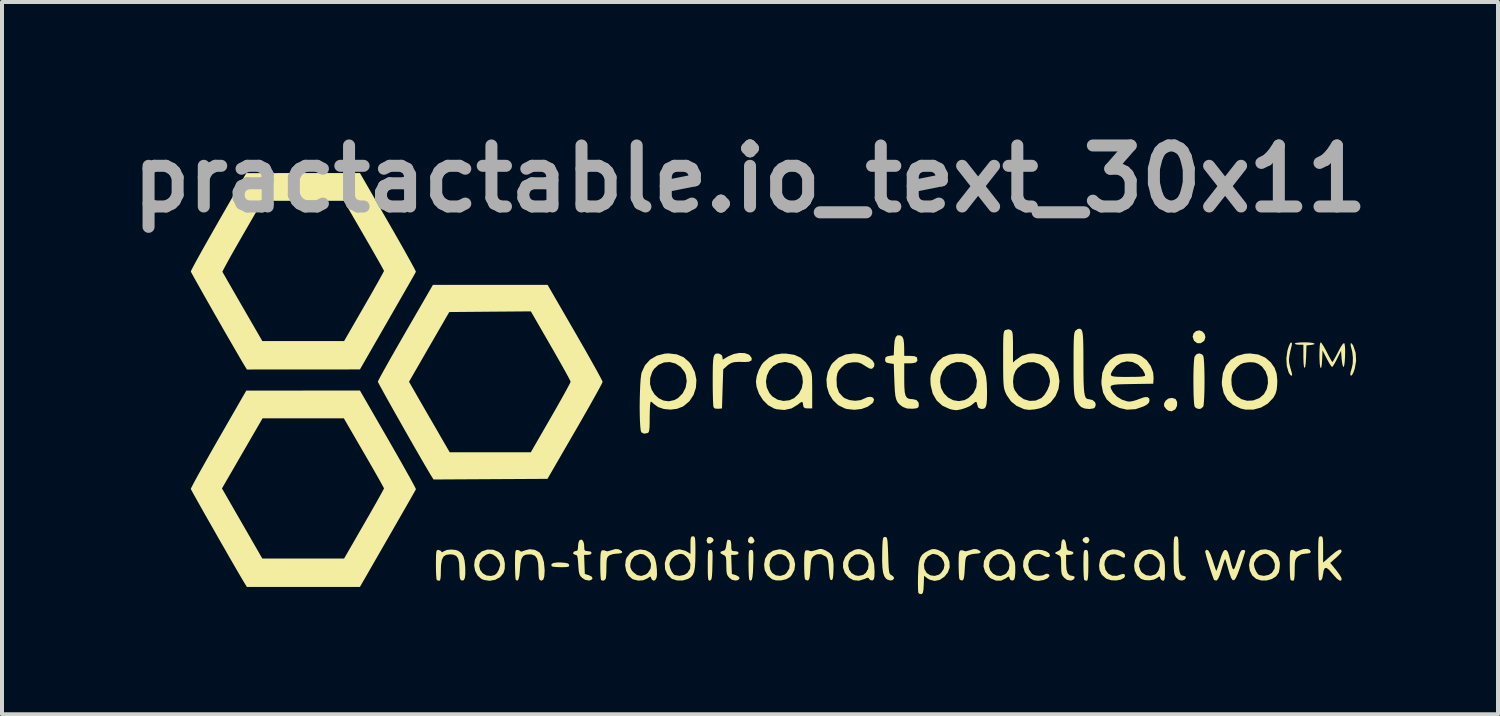
<source format=kicad_pcb>
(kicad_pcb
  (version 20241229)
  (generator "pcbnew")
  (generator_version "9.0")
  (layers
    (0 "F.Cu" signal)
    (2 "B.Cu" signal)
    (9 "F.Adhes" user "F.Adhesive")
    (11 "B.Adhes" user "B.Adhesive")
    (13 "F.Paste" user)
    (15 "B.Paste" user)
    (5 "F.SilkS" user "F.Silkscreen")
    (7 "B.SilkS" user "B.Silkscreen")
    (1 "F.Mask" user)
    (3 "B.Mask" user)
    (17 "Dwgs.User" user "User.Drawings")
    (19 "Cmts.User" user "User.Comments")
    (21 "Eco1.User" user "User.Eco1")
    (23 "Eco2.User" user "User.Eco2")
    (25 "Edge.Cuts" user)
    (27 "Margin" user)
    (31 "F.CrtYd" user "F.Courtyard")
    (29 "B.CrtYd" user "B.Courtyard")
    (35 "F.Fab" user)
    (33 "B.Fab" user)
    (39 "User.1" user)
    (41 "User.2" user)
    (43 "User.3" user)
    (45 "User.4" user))
  (footprint "practactable.io_text_30x11"
    (layer "F.Cu")
    (at 16.14 6.549)
    (property "Reference" "practactable.io_text_30x11" (at -0.457 -5.131 0) (layer "F.Fab") (effects (font (size 1.524 1.524) (thickness 0.3))))
    (attr board_only exclude_from_pos_files exclude_from_bom)
    (fp_poly (pts (xy -1.429 3.817) (xy -1.394 3.84) (xy -1.364 3.885) (xy -1.386 3.932) (xy -1.388 3.933) (xy -1.449 3.977) (xy -1.51 3.971) (xy -1.523 3.961) (xy -1.543 3.903) (xy -1.525 3.841) (xy -1.491 3.814)) (stroke (width 0) (type solid)) (fill yes) (layer "F.SilkS"))
    (fp_poly (pts (xy -0.4 3.816) (xy -0.382 3.833) (xy -0.349 3.892) (xy -0.35 3.933) (xy -0.392 3.974) (xy -0.452 3.976) (xy -0.501 3.942) (xy -0.507 3.93) (xy -0.503 3.867) (xy -0.48 3.83) (xy -0.438 3.799)) (stroke (width 0) (type solid)) (fill yes) (layer "F.SilkS"))
    (fp_poly (pts (xy 7.991 3.825) (xy 8.019 3.877) (xy 8.018 3.9) (xy 7.987 3.959) (xy 7.931 3.973) (xy 7.871 3.936) (xy 7.87 3.935) (xy 7.845 3.887) (xy 7.872 3.843) (xy 7.875 3.84) (xy 7.936 3.809)) (stroke (width 0) (type solid)) (fill yes) (layer "F.SilkS"))
    (fp_poly (pts (xy 10.844 -1.318) (xy 10.897 -1.257) (xy 10.917 -1.179) (xy 10.893 -1.099) (xy 10.878 -1.079) (xy 10.797 -1.026) (xy 10.711 -1.028) (xy 10.637 -1.085) (xy 10.63 -1.094) (xy 10.598 -1.189) (xy 10.622 -1.275) (xy 10.684 -1.33) (xy 10.769 -1.348)) (stroke (width 0) (type solid)) (fill yes) (layer "F.SilkS"))
    (fp_poly (pts (xy 10.161 0.362) (xy 10.179 0.377) (xy 10.211 0.447) (xy 10.208 0.537) (xy 10.171 0.616) (xy 10.159 0.628) (xy 10.075 0.674) (xy 9.992 0.659) (xy 9.938 0.617) (xy 9.885 0.546) (xy 9.886 0.477) (xy 9.924 0.408) (xy 9.992 0.356) (xy 10.08 0.339)) (stroke (width 0) (type solid)) (fill yes) (layer "F.SilkS"))
    (fp_poly (pts (xy -5.182 4.45) (xy -5.071 4.459) (xy -5.007 4.474) (xy -4.979 4.5) (xy -4.975 4.514) (xy -4.976 4.542) (xy -5.003 4.558) (xy -5.068 4.566) (xy -5.181 4.568) (xy -5.29 4.564) (xy -5.373 4.556) (xy -5.412 4.544) (xy -5.413 4.543) (xy -5.419 4.494) (xy -5.368 4.462) (xy -5.263 4.449)) (stroke (width 0) (type solid)) (fill yes) (layer "F.SilkS"))
    (fp_poly (pts (xy 14.6 -0.981) (xy 14.61 -0.963) (xy 14.67 -0.785) (xy 14.681 -0.585) (xy 14.647 -0.391) (xy 14.613 -0.294) (xy 14.579 -0.232) (xy 14.552 -0.212) (xy 14.537 -0.24) (xy 14.536 -0.26) (xy 14.547 -0.32) (xy 14.569 -0.391) (xy 14.596 -0.512) (xy 14.601 -0.662) (xy 14.585 -0.809) (xy 14.568 -0.878) (xy 14.545 -0.969) (xy 14.545 -1.021) (xy 14.564 -1.027)) (stroke (width 0) (type solid)) (fill yes) (layer "F.SilkS"))
    (fp_poly (pts (xy -0.405 4.139) (xy -0.388 4.155) (xy -0.378 4.194) (xy -0.374 4.267) (xy -0.374 4.383) (xy -0.377 4.511) (xy -0.384 4.69) (xy -0.396 4.813) (xy -0.414 4.883) (xy -0.439 4.906) (xy -0.473 4.887) (xy -0.473 4.887) (xy -0.481 4.85) (xy -0.488 4.763) (xy -0.492 4.641) (xy -0.494 4.501) (xy -0.493 4.346) (xy -0.49 4.242) (xy -0.483 4.18) (xy -0.47 4.148) (xy -0.449 4.137) (xy -0.431 4.136)) (stroke (width 0) (type solid)) (fill yes) (layer "F.SilkS"))
    (fp_poly (pts (xy 13.079 -1.024) (xy 13.075 -0.98) (xy 13.036 -0.82) (xy 13.013 -0.703) (xy 13.004 -0.615) (xy 13.009 -0.539) (xy 13.026 -0.46) (xy 13.036 -0.424) (xy 13.067 -0.315) (xy 13.082 -0.253) (xy 13.081 -0.224) (xy 13.068 -0.216) (xy 13.06 -0.216) (xy 13.03 -0.241) (xy 12.995 -0.301) (xy 12.95 -0.458) (xy 12.939 -0.643) (xy 12.964 -0.831) (xy 12.975 -0.874) (xy 13.007 -0.968) (xy 13.039 -1.031) (xy 13.059 -1.049)) (stroke (width 0) (type solid)) (fill yes) (layer "F.SilkS"))
    (fp_poly (pts (xy 7.957 4.139) (xy 7.975 4.156) (xy 7.985 4.197) (xy 7.991 4.272) (xy 7.993 4.391) (xy 7.993 4.521) (xy 7.992 4.689) (xy 7.987 4.803) (xy 7.978 4.871) (xy 7.963 4.903) (xy 7.952 4.907) (xy 7.9 4.893) (xy 7.891 4.887) (xy 7.883 4.849) (xy 7.876 4.763) (xy 7.872 4.641) (xy 7.87 4.501) (xy 7.871 4.346) (xy 7.874 4.242) (xy 7.881 4.18) (xy 7.894 4.148) (xy 7.915 4.137) (xy 7.932 4.136)) (stroke (width 0) (type solid)) (fill yes) (layer "F.SilkS"))
    (fp_poly (pts (xy -1.423 4.139) (xy -1.406 4.155) (xy -1.396 4.194) (xy -1.392 4.266) (xy -1.393 4.382) (xy -1.396 4.513) (xy -1.4 4.673) (xy -1.407 4.782) (xy -1.416 4.849) (xy -1.431 4.885) (xy -1.452 4.9) (xy -1.458 4.901) (xy -1.481 4.901) (xy -1.496 4.882) (xy -1.505 4.836) (xy -1.51 4.752) (xy -1.512 4.622) (xy -1.512 4.524) (xy -1.512 4.363) (xy -1.509 4.254) (xy -1.503 4.187) (xy -1.491 4.152) (xy -1.472 4.138) (xy -1.45 4.136)) (stroke (width 0) (type solid)) (fill yes) (layer "F.SilkS"))
    (fp_poly (pts (xy 13.512 -1.045) (xy 13.597 -1.034) (xy 13.641 -1.018) (xy 13.639 -1.002) (xy 13.584 -0.987) (xy 13.541 -0.982) (xy 13.441 -0.972) (xy 13.432 -0.687) (xy 13.423 -0.532) (xy 13.41 -0.439) (xy 13.394 -0.407) (xy 13.38 -0.435) (xy 13.369 -0.523) (xy 13.364 -0.67) (xy 13.364 -0.694) (xy 13.364 -0.988) (xy 13.256 -0.988) (xy 13.184 -0.995) (xy 13.148 -1.014) (xy 13.148 -1.018) (xy 13.176 -1.034) (xy 13.255 -1.044) (xy 13.372 -1.049) (xy 13.394 -1.049)) (stroke (width 0) (type solid)) (fill yes) (layer "F.SilkS"))
    (fp_poly (pts (xy 10.834 -0.747) (xy 10.863 -0.712) (xy 10.874 -0.66) (xy 10.883 -0.555) (xy 10.89 -0.407) (xy 10.894 -0.223) (xy 10.895 -0.077) (xy 10.893 0.126) (xy 10.888 0.301) (xy 10.88 0.437) (xy 10.871 0.527) (xy 10.863 0.558) (xy 10.807 0.606) (xy 10.756 0.617) (xy 10.683 0.594) (xy 10.649 0.558) (xy 10.637 0.505) (xy 10.629 0.404) (xy 10.622 0.266) (xy 10.619 0.103) (xy 10.617 -0.072) (xy 10.618 -0.247) (xy 10.622 -0.41) (xy 10.629 -0.547) (xy 10.638 -0.647) (xy 10.647 -0.692) (xy 10.696 -0.754) (xy 10.766 -0.773)) (stroke (width 0) (type solid)) (fill yes) (layer "F.SilkS"))
    (fp_poly (pts (xy 2.94 3.815) (xy 2.958 3.831) (xy 2.97 3.87) (xy 2.979 3.94) (xy 2.985 4.05) (xy 2.992 4.21) (xy 2.994 4.274) (xy 3 4.453) (xy 3.006 4.579) (xy 3.015 4.663) (xy 3.026 4.715) (xy 3.043 4.745) (xy 3.067 4.762) (xy 3.079 4.768) (xy 3.13 4.808) (xy 3.141 4.845) (xy 3.107 4.889) (xy 3.043 4.899) (xy 2.97 4.876) (xy 2.936 4.85) (xy 2.896 4.791) (xy 2.867 4.705) (xy 2.85 4.582) (xy 2.843 4.415) (xy 2.845 4.195) (xy 2.845 4.166) (xy 2.85 4.014) (xy 2.856 3.913) (xy 2.866 3.852) (xy 2.88 3.822) (xy 2.903 3.812) (xy 2.917 3.812)) (stroke (width 0) (type solid)) (fill yes) (layer "F.SilkS"))
    (fp_poly (pts (xy 8.733 4.135) (xy 8.843 4.18) (xy 8.904 4.238) (xy 8.909 4.303) (xy 8.908 4.305) (xy 8.889 4.33) (xy 8.851 4.324) (xy 8.781 4.286) (xy 8.66 4.243) (xy 8.549 4.254) (xy 8.46 4.314) (xy 8.406 4.414) (xy 8.395 4.502) (xy 8.42 4.632) (xy 8.488 4.727) (xy 8.587 4.78) (xy 8.705 4.784) (xy 8.801 4.75) (xy 8.868 4.733) (xy 8.907 4.756) (xy 8.905 4.803) (xy 8.882 4.835) (xy 8.8 4.879) (xy 8.686 4.899) (xy 8.563 4.893) (xy 8.455 4.86) (xy 8.435 4.849) (xy 8.329 4.757) (xy 8.273 4.64) (xy 8.261 4.522) (xy 8.287 4.367) (xy 8.357 4.244) (xy 8.463 4.16) (xy 8.595 4.122)) (stroke (width 0) (type solid)) (fill yes) (layer "F.SilkS"))
    (fp_poly (pts (xy 10.209 3.799) (xy 10.226 3.815) (xy 10.237 3.853) (xy 10.243 3.923) (xy 10.246 4.034) (xy 10.246 4.195) (xy 10.246 4.23) (xy 10.249 4.432) (xy 10.257 4.58) (xy 10.272 4.682) (xy 10.296 4.745) (xy 10.331 4.776) (xy 10.373 4.784) (xy 10.421 4.8) (xy 10.427 4.837) (xy 10.398 4.877) (xy 10.338 4.901) (xy 10.335 4.901) (xy 10.255 4.888) (xy 10.188 4.828) (xy 10.163 4.791) (xy 10.145 4.749) (xy 10.134 4.69) (xy 10.127 4.604) (xy 10.124 4.479) (xy 10.123 4.305) (xy 10.123 4.27) (xy 10.123 4.09) (xy 10.125 3.962) (xy 10.13 3.878) (xy 10.139 3.828) (xy 10.152 3.804) (xy 10.172 3.797) (xy 10.185 3.796)) (stroke (width 0) (type solid)) (fill yes) (layer "F.SilkS"))
    (fp_poly (pts (xy -3.752 4.118) (xy -3.719 4.13) (xy -3.655 4.171) (xy -3.65 4.203) (xy -3.702 4.223) (xy -3.774 4.228) (xy -3.874 4.239) (xy -3.959 4.267) (xy -3.974 4.276) (xy -4.009 4.307) (xy -4.03 4.35) (xy -4.04 4.421) (xy -4.043 4.534) (xy -4.043 4.567) (xy -4.045 4.689) (xy -4.051 4.79) (xy -4.06 4.853) (xy -4.062 4.858) (xy -4.104 4.902) (xy -4.16 4.899) (xy -4.177 4.887) (xy -4.185 4.849) (xy -4.192 4.763) (xy -4.196 4.642) (xy -4.197 4.515) (xy -4.196 4.359) (xy -4.191 4.254) (xy -4.181 4.19) (xy -4.165 4.156) (xy -4.149 4.146) (xy -4.09 4.146) (xy -4.069 4.159) (xy -4.017 4.171) (xy -3.922 4.145) (xy -3.917 4.143) (xy -3.822 4.114)) (stroke (width 0) (type solid)) (fill yes) (layer "F.SilkS"))
    (fp_poly (pts (xy 5.198 4.118) (xy 5.232 4.13) (xy 5.296 4.171) (xy 5.3 4.205) (xy 5.247 4.225) (xy 5.193 4.229) (xy 5.092 4.24) (xy 5.005 4.266) (xy 5 4.268) (xy 4.964 4.29) (xy 4.94 4.322) (xy 4.925 4.377) (xy 4.915 4.467) (xy 4.907 4.599) (xy 4.898 4.74) (xy 4.886 4.83) (xy 4.87 4.879) (xy 4.847 4.899) (xy 4.842 4.901) (xy 4.789 4.885) (xy 4.772 4.86) (xy 4.764 4.809) (xy 4.758 4.712) (xy 4.754 4.585) (xy 4.753 4.487) (xy 4.754 4.338) (xy 4.76 4.239) (xy 4.772 4.181) (xy 4.79 4.152) (xy 4.801 4.146) (xy 4.86 4.146) (xy 4.881 4.159) (xy 4.933 4.171) (xy 5.029 4.145) (xy 5.034 4.143) (xy 5.128 4.114)) (stroke (width 0) (type solid)) (fill yes) (layer "F.SilkS"))
    (fp_poly (pts (xy 13.52 4.131) (xy 13.549 4.182) (xy 13.549 4.185) (xy 13.524 4.216) (xy 13.445 4.228) (xy 13.424 4.228) (xy 13.312 4.245) (xy 13.226 4.301) (xy 13.223 4.304) (xy 13.186 4.347) (xy 13.163 4.395) (xy 13.152 4.465) (xy 13.148 4.573) (xy 13.148 4.643) (xy 13.145 4.779) (xy 13.136 4.862) (xy 13.121 4.901) (xy 13.106 4.907) (xy 13.054 4.893) (xy 13.045 4.887) (xy 13.037 4.849) (xy 13.03 4.763) (xy 13.026 4.641) (xy 13.024 4.501) (xy 13.025 4.346) (xy 13.028 4.242) (xy 13.035 4.179) (xy 13.048 4.147) (xy 13.069 4.137) (xy 13.083 4.136) (xy 13.138 4.15) (xy 13.153 4.168) (xy 13.186 4.18) (xy 13.256 4.153) (xy 13.359 4.116) (xy 13.452 4.109)) (stroke (width 0) (type solid)) (fill yes) (layer "F.SilkS"))
    (fp_poly (pts (xy -0.592 -0.78) (xy -0.489 -0.744) (xy -0.462 -0.722) (xy -0.413 -0.651) (xy -0.421 -0.596) (xy -0.483 -0.564) (xy -0.583 -0.557) (xy -0.736 -0.561) (xy -0.843 -0.555) (xy -0.921 -0.535) (xy -0.985 -0.499) (xy -1.026 -0.466) (xy -1.126 -0.376) (xy -1.142 0.113) (xy -1.157 0.602) (xy -1.254 0.611) (xy -1.335 0.605) (xy -1.369 0.57) (xy -1.375 0.525) (xy -1.381 0.428) (xy -1.385 0.29) (xy -1.388 0.122) (xy -1.389 -0.067) (xy -1.389 -0.091) (xy -1.388 -0.316) (xy -1.385 -0.486) (xy -1.377 -0.609) (xy -1.363 -0.692) (xy -1.342 -0.741) (xy -1.311 -0.765) (xy -1.269 -0.77) (xy -1.228 -0.766) (xy -1.165 -0.732) (xy -1.147 -0.687) (xy -1.138 -0.617) (xy -0.999 -0.699) (xy -0.864 -0.757) (xy -0.723 -0.784)) (stroke (width 0) (type solid)) (fill yes) (layer "F.SilkS"))
    (fp_poly (pts (xy 0.426 4.145) (xy 0.552 4.229) (xy 0.556 4.233) (xy 0.638 4.356) (xy 0.67 4.497) (xy 0.65 4.64) (xy 0.58 4.771) (xy 0.54 4.814) (xy 0.447 4.868) (xy 0.323 4.897) (xy 0.196 4.898) (xy 0.096 4.87) (xy -0.02 4.775) (xy -0.089 4.644) (xy -0.104 4.522) (xy 0.029 4.522) (xy 0.052 4.635) (xy 0.098 4.712) (xy 0.19 4.771) (xy 0.3 4.785) (xy 0.404 4.754) (xy 0.453 4.714) (xy 0.524 4.599) (xy 0.533 4.475) (xy 0.509 4.393) (xy 0.44 4.296) (xy 0.343 4.245) (xy 0.232 4.243) (xy 0.125 4.293) (xy 0.092 4.322) (xy 0.043 4.41) (xy 0.029 4.522) (xy -0.104 4.522) (xy -0.106 4.511) (xy -0.081 4.356) (xy -0.011 4.241) (xy 0.109 4.161) (xy 0.128 4.153) (xy 0.283 4.119)) (stroke (width 0) (type solid)) (fill yes) (layer "F.SilkS"))
    (fp_poly (pts (xy 6.846 4.142) (xy 6.945 4.174) (xy 7.014 4.223) (xy 7.037 4.278) (xy 7.014 4.313) (xy 6.957 4.315) (xy 6.886 4.286) (xy 6.869 4.274) (xy 6.768 4.232) (xy 6.661 4.25) (xy 6.594 4.291) (xy 6.519 4.386) (xy 6.491 4.501) (xy 6.51 4.619) (xy 6.576 4.721) (xy 6.602 4.744) (xy 6.671 4.772) (xy 6.764 4.782) (xy 6.853 4.773) (xy 6.905 4.749) (xy 6.954 4.728) (xy 7.002 4.741) (xy 7.022 4.779) (xy 7.019 4.794) (xy 6.968 4.848) (xy 6.874 4.888) (xy 6.752 4.907) (xy 6.726 4.907) (xy 6.629 4.895) (xy 6.544 4.849) (xy 6.493 4.806) (xy 6.404 4.687) (xy 6.363 4.55) (xy 6.371 4.41) (xy 6.425 4.282) (xy 6.526 4.18) (xy 6.531 4.177) (xy 6.623 4.14) (xy 6.734 4.13)) (stroke (width 0) (type solid)) (fill yes) (layer "F.SilkS"))
    (fp_poly (pts (xy -6.873 4.131) (xy -6.741 4.183) (xy -6.667 4.243) (xy -6.608 4.344) (xy -6.58 4.476) (xy -6.584 4.613) (xy -6.617 4.716) (xy -6.702 4.818) (xy -6.822 4.883) (xy -6.962 4.907) (xy -7.103 4.886) (xy -7.167 4.859) (xy -7.263 4.775) (xy -7.324 4.655) (xy -7.345 4.534) (xy -7.222 4.534) (xy -7.196 4.636) (xy -7.133 4.72) (xy -7.04 4.774) (xy -6.925 4.786) (xy -6.837 4.765) (xy -6.78 4.716) (xy -6.731 4.63) (xy -6.701 4.532) (xy -6.697 4.49) (xy -6.724 4.403) (xy -6.789 4.317) (xy -6.876 4.253) (xy -6.96 4.228) (xy -7.044 4.253) (xy -7.132 4.318) (xy -7.203 4.424) (xy -7.222 4.534) (xy -7.345 4.534) (xy -7.347 4.519) (xy -7.33 4.383) (xy -7.268 4.265) (xy -7.266 4.262) (xy -7.153 4.171) (xy -7.016 4.127)) (stroke (width 0) (type solid)) (fill yes) (layer "F.SilkS"))
    (fp_poly (pts (xy -4.629 3.908) (xy -4.603 3.983) (xy -4.599 4.047) (xy -4.595 4.124) (xy -4.573 4.158) (xy -4.521 4.166) (xy -4.506 4.166) (xy -4.432 4.18) (xy -4.413 4.213) (xy -4.441 4.249) (xy -4.507 4.259) (xy -4.601 4.259) (xy -4.583 4.737) (xy -4.482 4.767) (xy -4.41 4.804) (xy -4.39 4.849) (xy -4.424 4.886) (xy -4.479 4.901) (xy -4.574 4.883) (xy -4.646 4.837) (xy -4.689 4.794) (xy -4.716 4.746) (xy -4.733 4.676) (xy -4.743 4.567) (xy -4.746 4.511) (xy -4.755 4.386) (xy -4.766 4.31) (xy -4.783 4.272) (xy -4.809 4.26) (xy -4.819 4.259) (xy -4.866 4.239) (xy -4.876 4.213) (xy -4.851 4.175) (xy -4.815 4.166) (xy -4.773 4.155) (xy -4.756 4.112) (xy -4.753 4.049) (xy -4.744 3.963) (xy -4.722 3.902) (xy -4.717 3.896) (xy -4.669 3.876)) (stroke (width 0) (type solid)) (fill yes) (layer "F.SilkS"))
    (fp_poly (pts (xy -0.96 3.889) (xy -0.957 3.889) (xy -0.938 3.916) (xy -0.927 3.986) (xy -0.926 4.028) (xy -0.923 4.113) (xy -0.908 4.153) (xy -0.868 4.166) (xy -0.833 4.166) (xy -0.76 4.18) (xy -0.741 4.213) (xy -0.768 4.249) (xy -0.835 4.259) (xy -0.928 4.259) (xy -0.91 4.737) (xy -0.809 4.767) (xy -0.737 4.805) (xy -0.718 4.849) (xy -0.753 4.887) (xy -0.81 4.901) (xy -0.903 4.885) (xy -0.972 4.833) (xy -1.012 4.786) (xy -1.035 4.734) (xy -1.046 4.658) (xy -1.049 4.541) (xy -1.049 4.522) (xy -1.051 4.403) (xy -1.058 4.33) (xy -1.074 4.29) (xy -1.105 4.268) (xy -1.126 4.259) (xy -1.19 4.222) (xy -1.197 4.187) (xy -1.147 4.163) (xy -1.134 4.161) (xy -1.089 4.144) (xy -1.064 4.097) (xy -1.049 4.012) (xy -1.036 3.931) (xy -1.019 3.885) (xy -1.011 3.881)) (stroke (width 0) (type solid)) (fill yes) (layer "F.SilkS"))
    (fp_poly (pts (xy 7.393 3.875) (xy 7.426 3.934) (xy 7.443 4.028) (xy 7.455 4.109) (xy 7.482 4.147) (xy 7.538 4.161) (xy 7.607 4.184) (xy 7.623 4.22) (xy 7.588 4.25) (xy 7.53 4.259) (xy 7.438 4.259) (xy 7.438 4.473) (xy 7.447 4.622) (xy 7.476 4.72) (xy 7.529 4.771) (xy 7.597 4.784) (xy 7.645 4.8) (xy 7.65 4.836) (xy 7.62 4.876) (xy 7.561 4.901) (xy 7.554 4.901) (xy 7.461 4.885) (xy 7.392 4.833) (xy 7.352 4.786) (xy 7.328 4.734) (xy 7.317 4.658) (xy 7.314 4.541) (xy 7.314 4.522) (xy 7.313 4.403) (xy 7.306 4.33) (xy 7.289 4.29) (xy 7.258 4.268) (xy 7.237 4.259) (xy 7.18 4.232) (xy 7.16 4.213) (xy 7.185 4.191) (xy 7.237 4.166) (xy 7.289 4.136) (xy 7.311 4.083) (xy 7.314 4.015) (xy 7.327 3.915) (xy 7.356 3.869)) (stroke (width 0) (type solid)) (fill yes) (layer "F.SilkS"))
    (fp_poly (pts (xy 12.548 4.153) (xy 12.657 4.221) (xy 12.736 4.322) (xy 12.775 4.452) (xy 12.777 4.491) (xy 12.77 4.595) (xy 12.753 4.687) (xy 12.747 4.705) (xy 12.681 4.797) (xy 12.575 4.864) (xy 12.445 4.9) (xy 12.308 4.899) (xy 12.183 4.859) (xy 12.086 4.773) (xy 12.026 4.653) (xy 12.007 4.515) (xy 12.011 4.494) (xy 12.129 4.494) (xy 12.144 4.58) (xy 12.182 4.671) (xy 12.23 4.741) (xy 12.26 4.763) (xy 12.378 4.784) (xy 12.497 4.76) (xy 12.578 4.708) (xy 12.644 4.604) (xy 12.653 4.488) (xy 12.607 4.372) (xy 12.56 4.315) (xy 12.489 4.254) (xy 12.428 4.234) (xy 12.367 4.24) (xy 12.265 4.284) (xy 12.181 4.362) (xy 12.134 4.455) (xy 12.129 4.494) (xy 12.011 4.494) (xy 12.032 4.376) (xy 12.076 4.287) (xy 12.176 4.186) (xy 12.296 4.132) (xy 12.424 4.122)) (stroke (width 0) (type solid)) (fill yes) (layer "F.SilkS"))
    (fp_poly (pts (xy -5.831 4.134) (xy -5.719 4.195) (xy -5.714 4.2) (xy -5.647 4.299) (xy -5.604 4.447) (xy -5.587 4.634) (xy -5.587 4.66) (xy -5.595 4.797) (xy -5.62 4.877) (xy -5.664 4.903) (xy -5.691 4.897) (xy -5.717 4.875) (xy -5.732 4.824) (xy -5.739 4.733) (xy -5.74 4.634) (xy -5.749 4.467) (xy -5.776 4.353) (xy -5.827 4.284) (xy -5.906 4.251) (xy -5.968 4.247) (xy -6.061 4.256) (xy -6.125 4.291) (xy -6.166 4.361) (xy -6.191 4.475) (xy -6.203 4.62) (xy -6.217 4.773) (xy -6.239 4.867) (xy -6.268 4.904) (xy -6.306 4.887) (xy -6.314 4.85) (xy -6.321 4.763) (xy -6.325 4.641) (xy -6.327 4.501) (xy -6.326 4.346) (xy -6.323 4.242) (xy -6.316 4.179) (xy -6.303 4.147) (xy -6.282 4.137) (xy -6.268 4.136) (xy -6.213 4.15) (xy -6.198 4.168) (xy -6.165 4.179) (xy -6.092 4.153) (xy -6.088 4.151) (xy -5.962 4.118)) (stroke (width 0) (type solid)) (fill yes) (layer "F.SilkS"))
    (fp_poly (pts (xy 2.313 4.121) (xy 2.401 4.156) (xy 2.417 4.164) (xy 2.527 4.239) (xy 2.601 4.345) (xy 2.642 4.49) (xy 2.654 4.677) (xy 2.651 4.793) (xy 2.638 4.861) (xy 2.613 4.893) (xy 2.604 4.897) (xy 2.548 4.891) (xy 2.525 4.866) (xy 2.5 4.834) (xy 2.462 4.835) (xy 2.407 4.861) (xy 2.266 4.904) (xy 2.127 4.892) (xy 2.011 4.829) (xy 1.912 4.711) (xy 1.866 4.578) (xy 1.867 4.525) (xy 1.995 4.525) (xy 2.019 4.628) (xy 2.078 4.714) (xy 2.169 4.77) (xy 2.253 4.784) (xy 2.365 4.762) (xy 2.436 4.709) (xy 2.491 4.611) (xy 2.506 4.489) (xy 2.48 4.373) (xy 2.473 4.36) (xy 2.401 4.284) (xy 2.298 4.245) (xy 2.186 4.25) (xy 2.159 4.26) (xy 2.063 4.326) (xy 2.009 4.42) (xy 1.995 4.525) (xy 1.867 4.525) (xy 1.869 4.441) (xy 1.919 4.314) (xy 2.014 4.208) (xy 2.15 4.135) (xy 2.162 4.131) (xy 2.243 4.114)) (stroke (width 0) (type solid)) (fill yes) (layer "F.SilkS"))
    (fp_poly (pts (xy 7.791 -1.385) (xy 7.817 -1.368) (xy 7.837 -1.331) (xy 7.851 -1.268) (xy 7.861 -1.172) (xy 7.866 -1.035) (xy 7.869 -0.853) (xy 7.87 -0.617) (xy 7.87 -0.551) (xy 7.871 -0.285) (xy 7.874 -0.075) (xy 7.881 0.086) (xy 7.892 0.204) (xy 7.908 0.285) (xy 7.93 0.336) (xy 7.959 0.362) (xy 7.996 0.37) (xy 8 0.37) (xy 8.097 0.392) (xy 8.161 0.447) (xy 8.179 0.507) (xy 8.16 0.571) (xy 8.13 0.599) (xy 8.022 0.617) (xy 7.903 0.605) (xy 7.812 0.567) (xy 7.754 0.507) (xy 7.697 0.419) (xy 7.682 0.389) (xy 7.664 0.344) (xy 7.65 0.292) (xy 7.64 0.225) (xy 7.633 0.134) (xy 7.628 0.011) (xy 7.625 -0.151) (xy 7.624 -0.362) (xy 7.624 -0.515) (xy 7.624 -0.759) (xy 7.626 -0.949) (xy 7.629 -1.091) (xy 7.634 -1.194) (xy 7.642 -1.264) (xy 7.653 -1.308) (xy 7.667 -1.335) (xy 7.672 -1.34) (xy 7.727 -1.38) (xy 7.758 -1.389)) (stroke (width 0) (type solid)) (fill yes) (layer "F.SilkS"))
    (fp_poly (pts (xy -3.06 4.145) (xy -2.938 4.21) (xy -2.855 4.3) (xy -2.824 4.378) (xy -2.799 4.494) (xy -2.784 4.624) (xy -2.78 4.746) (xy -2.79 4.827) (xy -2.824 4.889) (xy -2.871 4.905) (xy -2.912 4.873) (xy -2.923 4.846) (xy -2.937 4.806) (xy -2.959 4.804) (xy -3.01 4.84) (xy -3.017 4.846) (xy -3.123 4.894) (xy -3.251 4.903) (xy -3.377 4.871) (xy -3.399 4.861) (xy -3.49 4.779) (xy -3.551 4.659) (xy -3.568 4.564) (xy -3.448 4.564) (xy -3.417 4.637) (xy -3.38 4.685) (xy -3.28 4.764) (xy -3.17 4.786) (xy -3.062 4.751) (xy -3.008 4.708) (xy -2.941 4.603) (xy -2.929 4.486) (xy -2.97 4.373) (xy -3.03 4.305) (xy -3.111 4.25) (xy -3.183 4.236) (xy -3.223 4.242) (xy -3.342 4.292) (xy -3.418 4.387) (xy -3.445 4.479) (xy -3.448 4.564) (xy -3.568 4.564) (xy -3.576 4.522) (xy -3.56 4.385) (xy -3.535 4.324) (xy -3.448 4.215) (xy -3.33 4.148) (xy -3.196 4.125)) (stroke (width 0) (type solid)) (fill yes) (layer "F.SilkS"))
    (fp_poly (pts (xy 13.823 3.8) (xy 13.841 3.819) (xy 13.851 3.865) (xy 13.856 3.947) (xy 13.857 4.078) (xy 13.857 4.124) (xy 13.857 4.452) (xy 14.057 4.276) (xy 14.175 4.18) (xy 14.257 4.131) (xy 14.304 4.129) (xy 14.32 4.172) (xy 14.32 4.174) (xy 14.299 4.212) (xy 14.242 4.274) (xy 14.178 4.335) (xy 14.035 4.46) (xy 14.178 4.635) (xy 14.248 4.728) (xy 14.299 4.807) (xy 14.32 4.856) (xy 14.32 4.859) (xy 14.305 4.903) (xy 14.26 4.898) (xy 14.193 4.846) (xy 14.106 4.749) (xy 14.098 4.739) (xy 14.008 4.635) (xy 13.943 4.586) (xy 13.899 4.592) (xy 13.87 4.653) (xy 13.857 4.735) (xy 13.837 4.843) (xy 13.806 4.898) (xy 13.765 4.896) (xy 13.755 4.887) (xy 13.748 4.851) (xy 13.742 4.763) (xy 13.738 4.635) (xy 13.735 4.476) (xy 13.734 4.331) (xy 13.734 4.138) (xy 13.736 3.998) (xy 13.74 3.902) (xy 13.747 3.843) (xy 13.758 3.811) (xy 13.775 3.798) (xy 13.796 3.796)) (stroke (width 0) (type solid)) (fill yes) (layer "F.SilkS"))
    (fp_poly (pts (xy -7.81 4.137) (xy -7.741 4.161) (xy -7.666 4.216) (xy -7.616 4.295) (xy -7.586 4.409) (xy -7.57 4.571) (xy -7.57 4.583) (xy -7.568 4.741) (xy -7.581 4.844) (xy -7.61 4.895) (xy -7.657 4.9) (xy -7.666 4.897) (xy -7.691 4.876) (xy -7.707 4.827) (xy -7.714 4.739) (xy -7.716 4.62) (xy -7.723 4.459) (xy -7.748 4.35) (xy -7.796 4.284) (xy -7.873 4.253) (xy -7.953 4.247) (xy -8.048 4.26) (xy -8.114 4.304) (xy -8.155 4.388) (xy -8.175 4.518) (xy -8.179 4.648) (xy -8.181 4.783) (xy -8.19 4.864) (xy -8.206 4.902) (xy -8.22 4.907) (xy -8.272 4.893) (xy -8.281 4.887) (xy -8.29 4.849) (xy -8.296 4.763) (xy -8.301 4.641) (xy -8.302 4.501) (xy -8.301 4.346) (xy -8.298 4.242) (xy -8.291 4.179) (xy -8.278 4.147) (xy -8.257 4.137) (xy -8.243 4.136) (xy -8.188 4.153) (xy -8.171 4.174) (xy -8.15 4.196) (xy -8.107 4.17) (xy -8.106 4.17) (xy -8.029 4.137) (xy -7.921 4.126)) (stroke (width 0) (type solid)) (fill yes) (layer "F.SilkS"))
    (fp_poly (pts (xy 5.866 4.133) (xy 5.992 4.199) (xy 6.094 4.306) (xy 6.154 4.434) (xy 6.158 4.453) (xy 6.167 4.542) (xy 6.169 4.659) (xy 6.167 4.722) (xy 6.157 4.824) (xy 6.138 4.879) (xy 6.105 4.901) (xy 6.101 4.902) (xy 6.047 4.887) (xy 6.028 4.849) (xy 6.014 4.807) (xy 5.991 4.804) (xy 5.941 4.84) (xy 5.933 4.846) (xy 5.816 4.902) (xy 5.687 4.903) (xy 5.56 4.849) (xy 5.507 4.807) (xy 5.414 4.685) (xy 5.374 4.55) (xy 5.375 4.544) (xy 5.512 4.544) (xy 5.545 4.648) (xy 5.613 4.729) (xy 5.704 4.777) (xy 5.808 4.786) (xy 5.911 4.745) (xy 5.947 4.717) (xy 6.007 4.622) (xy 6.022 4.51) (xy 5.995 4.398) (xy 5.93 4.304) (xy 5.834 4.245) (xy 5.82 4.241) (xy 5.719 4.245) (xy 5.621 4.295) (xy 5.546 4.379) (xy 5.526 4.424) (xy 5.512 4.544) (xy 5.375 4.544) (xy 5.386 4.414) (xy 5.446 4.289) (xy 5.554 4.19) (xy 5.612 4.159) (xy 5.708 4.122) (xy 5.783 4.115)) (stroke (width 0) (type solid)) (fill yes) (layer "F.SilkS"))
    (fp_poly (pts (xy 9.692 4.159) (xy 9.807 4.248) (xy 9.836 4.287) (xy 9.873 4.351) (xy 9.894 4.422) (xy 9.904 4.517) (xy 9.907 4.649) (xy 9.905 4.778) (xy 9.898 4.856) (xy 9.884 4.895) (xy 9.861 4.907) (xy 9.858 4.907) (xy 9.811 4.881) (xy 9.792 4.844) (xy 9.776 4.801) (xy 9.748 4.807) (xy 9.719 4.832) (xy 9.633 4.876) (xy 9.518 4.896) (xy 9.398 4.889) (xy 9.313 4.861) (xy 9.211 4.772) (xy 9.152 4.655) (xy 9.138 4.546) (xy 9.259 4.546) (xy 9.301 4.66) (xy 9.334 4.702) (xy 9.433 4.767) (xy 9.548 4.783) (xy 9.659 4.75) (xy 9.689 4.729) (xy 9.745 4.65) (xy 9.774 4.546) (xy 9.779 4.456) (xy 9.758 4.393) (xy 9.699 4.325) (xy 9.697 4.322) (xy 9.594 4.247) (xy 9.493 4.233) (xy 9.392 4.28) (xy 9.349 4.318) (xy 9.275 4.429) (xy 9.259 4.546) (xy 9.138 4.546) (xy 9.136 4.523) (xy 9.159 4.391) (xy 9.22 4.272) (xy 9.318 4.181) (xy 9.401 4.142) (xy 9.552 4.122)) (stroke (width 0) (type solid)) (fill yes) (layer "F.SilkS"))
    (fp_poly (pts (xy 13.822 -1.024) (xy 13.867 -0.955) (xy 13.923 -0.855) (xy 13.95 -0.802) (xy 14.006 -0.693) (xy 14.053 -0.609) (xy 14.083 -0.561) (xy 14.089 -0.556) (xy 14.108 -0.581) (xy 14.148 -0.65) (xy 14.201 -0.749) (xy 14.23 -0.806) (xy 14.298 -0.933) (xy 14.349 -1.009) (xy 14.382 -1.03) (xy 14.386 -1.027) (xy 14.398 -0.985) (xy 14.406 -0.902) (xy 14.407 -0.794) (xy 14.404 -0.677) (xy 14.397 -0.567) (xy 14.386 -0.481) (xy 14.372 -0.435) (xy 14.367 -0.431) (xy 14.349 -0.459) (xy 14.332 -0.533) (xy 14.32 -0.635) (xy 14.305 -0.839) (xy 14.205 -0.636) (xy 14.153 -0.537) (xy 14.11 -0.465) (xy 14.082 -0.433) (xy 14.08 -0.432) (xy 14.056 -0.458) (xy 14.012 -0.525) (xy 13.959 -0.621) (xy 13.949 -0.64) (xy 13.842 -0.849) (xy 13.833 -0.625) (xy 13.824 -0.494) (xy 13.811 -0.421) (xy 13.797 -0.404) (xy 13.783 -0.438) (xy 13.772 -0.522) (xy 13.766 -0.652) (xy 13.765 -0.725) (xy 13.768 -0.871) (xy 13.775 -0.979) (xy 13.787 -1.04) (xy 13.795 -1.049)) (stroke (width 0) (type solid)) (fill yes) (layer "F.SilkS"))
    (fp_poly (pts (xy 1.406 4.139) (xy 1.437 4.153) (xy 1.525 4.207) (xy 1.584 4.273) (xy 1.616 4.365) (xy 1.629 4.495) (xy 1.628 4.629) (xy 1.622 4.761) (xy 1.612 4.842) (xy 1.596 4.882) (xy 1.574 4.892) (xy 1.55 4.879) (xy 1.533 4.833) (xy 1.521 4.744) (xy 1.511 4.619) (xy 1.501 4.48) (xy 1.487 4.391) (xy 1.466 4.336) (xy 1.436 4.302) (xy 1.434 4.301) (xy 1.32 4.243) (xy 1.215 4.245) (xy 1.147 4.281) (xy 1.107 4.316) (xy 1.081 4.357) (xy 1.066 4.42) (xy 1.055 4.519) (xy 1.049 4.617) (xy 1.04 4.753) (xy 1.027 4.838) (xy 1.009 4.884) (xy 0.984 4.901) (xy 0.984 4.901) (xy 0.932 4.885) (xy 0.914 4.86) (xy 0.906 4.809) (xy 0.9 4.712) (xy 0.896 4.585) (xy 0.895 4.487) (xy 0.897 4.338) (xy 0.902 4.239) (xy 0.914 4.181) (xy 0.932 4.152) (xy 0.943 4.146) (xy 1.002 4.146) (xy 1.022 4.158) (xy 1.076 4.169) (xy 1.177 4.144) (xy 1.184 4.141) (xy 1.271 4.114) (xy 1.334 4.113)) (stroke (width 0) (type solid)) (fill yes) (layer "F.SilkS"))
    (fp_poly (pts (xy 4.235 4.134) (xy 4.375 4.203) (xy 4.475 4.309) (xy 4.524 4.432) (xy 4.529 4.576) (xy 4.483 4.701) (xy 4.399 4.804) (xy 4.282 4.884) (xy 4.154 4.91) (xy 4.029 4.88) (xy 3.971 4.844) (xy 3.891 4.781) (xy 3.882 5.006) (xy 3.875 5.126) (xy 3.863 5.197) (xy 3.842 5.231) (xy 3.819 5.241) (xy 3.765 5.228) (xy 3.747 5.205) (xy 3.741 5.157) (xy 3.738 5.061) (xy 3.737 4.931) (xy 3.739 4.781) (xy 3.74 4.772) (xy 3.748 4.58) (xy 3.757 4.498) (xy 3.887 4.498) (xy 3.899 4.613) (xy 3.956 4.712) (xy 4.048 4.771) (xy 4.157 4.785) (xy 4.261 4.754) (xy 4.311 4.714) (xy 4.381 4.612) (xy 4.4 4.512) (xy 4.381 4.424) (xy 4.323 4.328) (xy 4.233 4.262) (xy 4.13 4.236) (xy 4.087 4.241) (xy 3.986 4.295) (xy 3.918 4.387) (xy 3.887 4.498) (xy 3.757 4.498) (xy 3.764 4.439) (xy 3.793 4.336) (xy 3.839 4.261) (xy 3.907 4.204) (xy 3.994 4.155) (xy 4.081 4.119) (xy 4.155 4.115)) (stroke (width 0) (type solid)) (fill yes) (layer "F.SilkS"))
    (fp_poly (pts (xy 2.281 -0.757) (xy 2.412 -0.719) (xy 2.522 -0.662) (xy 2.603 -0.595) (xy 2.647 -0.522) (xy 2.646 -0.452) (xy 2.608 -0.402) (xy 2.572 -0.386) (xy 2.522 -0.398) (xy 2.443 -0.444) (xy 2.416 -0.462) (xy 2.321 -0.52) (xy 2.243 -0.547) (xy 2.153 -0.551) (xy 2.104 -0.548) (xy 1.994 -0.532) (xy 1.914 -0.497) (xy 1.834 -0.429) (xy 1.828 -0.423) (xy 1.763 -0.35) (xy 1.727 -0.28) (xy 1.709 -0.188) (xy 1.704 -0.129) (xy 1.712 0.058) (xy 1.766 0.206) (xy 1.868 0.318) (xy 1.907 0.345) (xy 2.029 0.394) (xy 2.17 0.411) (xy 2.305 0.395) (xy 2.391 0.358) (xy 2.482 0.318) (xy 2.562 0.313) (xy 2.619 0.337) (xy 2.641 0.385) (xy 2.618 0.45) (xy 2.601 0.471) (xy 2.483 0.559) (xy 2.327 0.616) (xy 2.151 0.636) (xy 1.972 0.618) (xy 1.91 0.602) (xy 1.744 0.519) (xy 1.613 0.394) (xy 1.518 0.237) (xy 1.464 0.06) (xy 1.452 -0.126) (xy 1.486 -0.31) (xy 1.569 -0.482) (xy 1.61 -0.536) (xy 1.754 -0.667) (xy 1.931 -0.745) (xy 2.139 -0.771)) (stroke (width 0) (type solid)) (fill yes) (layer "F.SilkS"))
    (fp_poly (pts (xy -1.858 3.799) (xy -1.841 3.816) (xy -1.83 3.855) (xy -1.824 3.926) (xy -1.821 4.039) (xy -1.821 4.204) (xy -1.821 4.214) (xy -1.824 4.419) (xy -1.834 4.572) (xy -1.855 4.683) (xy -1.889 4.762) (xy -1.939 4.818) (xy -2.005 4.86) (xy -2.134 4.899) (xy -2.274 4.9) (xy -2.398 4.863) (xy -2.414 4.854) (xy -2.52 4.753) (xy -2.579 4.619) (xy -2.584 4.494) (xy -2.469 4.494) (xy -2.454 4.58) (xy -2.416 4.671) (xy -2.368 4.741) (xy -2.338 4.763) (xy -2.22 4.784) (xy -2.101 4.76) (xy -2.02 4.708) (xy -1.954 4.604) (xy -1.945 4.488) (xy -1.991 4.372) (xy -2.038 4.315) (xy -2.109 4.254) (xy -2.17 4.234) (xy -2.231 4.24) (xy -2.333 4.284) (xy -2.417 4.362) (xy -2.464 4.455) (xy -2.469 4.494) (xy -2.584 4.494) (xy -2.585 4.463) (xy -2.542 4.315) (xy -2.459 4.205) (xy -2.345 4.139) (xy -2.213 4.122) (xy -2.072 4.158) (xy -2.014 4.19) (xy -1.944 4.235) (xy -1.944 4.016) (xy -1.943 3.901) (xy -1.935 3.835) (xy -1.919 3.804) (xy -1.889 3.796) (xy -1.883 3.796)) (stroke (width 0) (type solid)) (fill yes) (layer "F.SilkS"))
    (fp_poly (pts (xy 3.295 -1.221) (xy 3.297 -1.221) (xy 3.345 -1.19) (xy 3.375 -1.126) (xy 3.39 -1.02) (xy 3.394 -0.887) (xy 3.395 -0.71) (xy 3.546 -0.71) (xy 3.652 -0.702) (xy 3.706 -0.677) (xy 3.715 -0.664) (xy 3.724 -0.59) (xy 3.683 -0.545) (xy 3.588 -0.526) (xy 3.546 -0.525) (xy 3.395 -0.525) (xy 3.395 -0.128) (xy 3.397 0.059) (xy 3.407 0.193) (xy 3.428 0.282) (xy 3.463 0.336) (xy 3.516 0.363) (xy 3.59 0.37) (xy 3.602 0.37) (xy 3.699 0.392) (xy 3.753 0.453) (xy 3.76 0.531) (xy 3.746 0.574) (xy 3.709 0.597) (xy 3.632 0.608) (xy 3.596 0.61) (xy 3.463 0.604) (xy 3.365 0.567) (xy 3.355 0.561) (xy 3.284 0.509) (xy 3.233 0.454) (xy 3.198 0.386) (xy 3.174 0.294) (xy 3.16 0.165) (xy 3.151 -0.01) (xy 3.148 -0.077) (xy 3.133 -0.509) (xy 3.025 -0.525) (xy 2.951 -0.543) (xy 2.921 -0.577) (xy 2.917 -0.617) (xy 2.927 -0.672) (xy 2.97 -0.699) (xy 3.025 -0.71) (xy 3.133 -0.725) (xy 3.142 -0.946) (xy 3.155 -1.093) (xy 3.183 -1.183) (xy 3.228 -1.225)) (stroke (width 0) (type solid)) (fill yes) (layer "F.SilkS"))
    (fp_poly (pts (xy 12.238 -0.744) (xy 12.417 -0.664) (xy 12.55 -0.548) (xy 12.644 -0.414) (xy 12.696 -0.266) (xy 12.713 -0.086) (xy 12.71 0.001) (xy 12.698 0.132) (xy 12.672 0.228) (xy 12.626 0.315) (xy 12.605 0.346) (xy 12.472 0.484) (xy 12.304 0.581) (xy 12.114 0.632) (xy 11.917 0.632) (xy 11.796 0.604) (xy 11.607 0.515) (xy 11.466 0.388) (xy 11.374 0.222) (xy 11.33 0.021) (xy 11.327 -0.064) (xy 11.334 -0.122) (xy 11.566 -0.122) (xy 11.572 0.015) (xy 11.611 0.167) (xy 11.696 0.287) (xy 11.814 0.37) (xy 11.956 0.41) (xy 12.11 0.403) (xy 12.267 0.343) (xy 12.379 0.247) (xy 12.449 0.119) (xy 12.48 -0.028) (xy 12.471 -0.179) (xy 12.421 -0.322) (xy 12.333 -0.442) (xy 12.243 -0.508) (xy 12.147 -0.545) (xy 12.033 -0.553) (xy 11.974 -0.548) (xy 11.869 -0.532) (xy 11.793 -0.5) (xy 11.719 -0.436) (xy 11.691 -0.406) (xy 11.619 -0.317) (xy 11.579 -0.23) (xy 11.566 -0.122) (xy 11.334 -0.122) (xy 11.354 -0.283) (xy 11.429 -0.466) (xy 11.548 -0.61) (xy 11.708 -0.71) (xy 11.905 -0.763) (xy 12.028 -0.771)) (stroke (width 0) (type solid)) (fill yes) (layer "F.SilkS"))
    (fp_poly (pts (xy 0.447 -0.767) (xy 0.648 -0.737) (xy 0.807 -0.665) (xy 0.937 -0.546) (xy 1.009 -0.44) (xy 1.043 -0.38) (xy 1.067 -0.326) (xy 1.082 -0.266) (xy 1.091 -0.186) (xy 1.094 -0.074) (xy 1.096 0.082) (xy 1.096 0.154) (xy 1.096 0.602) (xy 0.988 0.602) (xy 0.914 0.595) (xy 0.88 0.567) (xy 0.87 0.517) (xy 0.859 0.456) (xy 0.837 0.438) (xy 0.791 0.463) (xy 0.736 0.508) (xy 0.579 0.602) (xy 0.401 0.641) (xy 0.21 0.623) (xy 0.139 0.602) (xy -0.006 0.521) (xy -0.133 0.394) (xy -0.233 0.236) (xy -0.294 0.062) (xy -0.309 -0.069) (xy -0.059 -0.069) (xy -0.039 0.079) (xy 0.028 0.219) (xy 0.102 0.304) (xy 0.23 0.383) (xy 0.379 0.415) (xy 0.529 0.398) (xy 0.648 0.342) (xy 0.766 0.228) (xy 0.836 0.093) (xy 0.863 -0.052) (xy 0.849 -0.196) (xy 0.797 -0.329) (xy 0.709 -0.44) (xy 0.589 -0.519) (xy 0.439 -0.555) (xy 0.408 -0.556) (xy 0.252 -0.529) (xy 0.123 -0.456) (xy 0.026 -0.348) (xy -0.036 -0.215) (xy -0.059 -0.069) (xy -0.309 -0.069) (xy -0.309 -0.07) (xy -0.289 -0.207) (xy -0.239 -0.356) (xy -0.168 -0.489) (xy -0.118 -0.551) (xy 0.022 -0.671) (xy 0.167 -0.741) (xy 0.336 -0.768)) (stroke (width 0) (type solid)) (fill yes) (layer "F.SilkS"))
    (fp_poly (pts (xy 4.896 -0.76) (xy 5.052 -0.715) (xy 5.188 -0.625) (xy 5.286 -0.524) (xy 5.357 -0.426) (xy 5.407 -0.318) (xy 5.44 -0.187) (xy 5.457 -0.019) (xy 5.463 0.196) (xy 5.463 0.21) (xy 5.46 0.381) (xy 5.449 0.498) (xy 5.427 0.57) (xy 5.39 0.607) (xy 5.336 0.615) (xy 5.302 0.612) (xy 5.244 0.583) (xy 5.221 0.517) (xy 5.205 0.449) (xy 5.172 0.439) (xy 5.117 0.484) (xy 5.107 0.494) (xy 5.042 0.54) (xy 4.938 0.586) (xy 4.822 0.624) (xy 4.716 0.644) (xy 4.678 0.645) (xy 4.599 0.634) (xy 4.53 0.617) (xy 4.347 0.533) (xy 4.205 0.404) (xy 4.107 0.234) (xy 4.056 0.027) (xy 4.052 -0.025) (xy 4.05 -0.068) (xy 4.29 -0.068) (xy 4.316 0.092) (xy 4.386 0.226) (xy 4.49 0.33) (xy 4.618 0.397) (xy 4.758 0.42) (xy 4.901 0.394) (xy 4.998 0.342) (xy 5.122 0.22) (xy 5.194 0.072) (xy 5.21 -0.094) (xy 5.168 -0.268) (xy 5.16 -0.288) (xy 5.073 -0.423) (xy 4.959 -0.511) (xy 4.83 -0.554) (xy 4.695 -0.555) (xy 4.565 -0.516) (xy 4.449 -0.44) (xy 4.359 -0.33) (xy 4.303 -0.188) (xy 4.29 -0.068) (xy 4.05 -0.068) (xy 4.048 -0.149) (xy 4.059 -0.241) (xy 4.091 -0.33) (xy 4.125 -0.401) (xy 4.233 -0.565) (xy 4.363 -0.677) (xy 4.525 -0.742) (xy 4.704 -0.766)) (stroke (width 0) (type solid)) (fill yes) (layer "F.SilkS"))
    (fp_poly (pts (xy 10.994 4.156) (xy 11.042 4.242) (xy 11.094 4.387) (xy 11.098 4.398) (xy 11.135 4.514) (xy 11.166 4.604) (xy 11.185 4.654) (xy 11.189 4.66) (xy 11.202 4.633) (xy 11.228 4.56) (xy 11.262 4.454) (xy 11.279 4.398) (xy 11.322 4.267) (xy 11.357 4.186) (xy 11.388 4.145) (xy 11.417 4.136) (xy 11.45 4.148) (xy 11.479 4.192) (xy 11.508 4.28) (xy 11.528 4.359) (xy 11.565 4.506) (xy 11.593 4.594) (xy 11.619 4.623) (xy 11.645 4.596) (xy 11.677 4.512) (xy 11.711 4.404) (xy 11.754 4.272) (xy 11.788 4.191) (xy 11.818 4.148) (xy 11.851 4.136) (xy 11.853 4.136) (xy 11.902 4.146) (xy 11.913 4.16) (xy 11.904 4.197) (xy 11.878 4.28) (xy 11.841 4.397) (xy 11.795 4.536) (xy 11.795 4.538) (xy 11.732 4.714) (xy 11.681 4.831) (xy 11.638 4.89) (xy 11.599 4.892) (xy 11.562 4.838) (xy 11.522 4.73) (xy 11.494 4.634) (xy 11.461 4.517) (xy 11.433 4.424) (xy 11.414 4.371) (xy 11.41 4.364) (xy 11.397 4.385) (xy 11.372 4.454) (xy 11.339 4.557) (xy 11.32 4.621) (xy 11.274 4.77) (xy 11.233 4.861) (xy 11.197 4.9) (xy 11.192 4.902) (xy 11.141 4.89) (xy 11.126 4.871) (xy 11.077 4.735) (xy 11.029 4.59) (xy 10.984 4.448) (xy 10.947 4.323) (xy 10.922 4.226) (xy 10.912 4.17) (xy 10.912 4.162) (xy 10.952 4.13)) (stroke (width 0) (type solid)) (fill yes) (layer "F.SilkS"))
    (fp_poly (pts (xy -2.285 -0.748) (xy -2.115 -0.676) (xy -1.975 -0.553) (xy -1.923 -0.483) (xy -1.834 -0.302) (xy -1.796 -0.11) (xy -1.808 0.083) (xy -1.867 0.264) (xy -1.971 0.422) (xy -2.117 0.545) (xy -2.136 0.556) (xy -2.281 0.612) (xy -2.444 0.632) (xy -2.606 0.617) (xy -2.75 0.569) (xy -2.86 0.491) (xy -2.869 0.48) (xy -2.914 0.44) (xy -2.936 0.432) (xy -2.946 0.461) (xy -2.955 0.54) (xy -2.96 0.657) (xy -2.963 0.801) (xy -2.963 0.815) (xy -2.964 0.978) (xy -2.968 1.09) (xy -2.977 1.161) (xy -2.991 1.199) (xy -3.012 1.216) (xy -3.103 1.233) (xy -3.17 1.2) (xy -3.173 1.197) (xy -3.187 1.152) (xy -3.198 1.056) (xy -3.206 0.92) (xy -3.211 0.755) (xy -3.213 0.571) (xy -3.211 0.38) (xy -3.206 0.192) (xy -3.199 0.019) (xy -3.197 -0.006) (xy -2.954 -0.006) (xy -2.914 0.133) (xy -2.84 0.253) (xy -2.739 0.347) (xy -2.617 0.406) (xy -2.484 0.424) (xy -2.345 0.393) (xy -2.255 0.343) (xy -2.139 0.226) (xy -2.065 0.08) (xy -2.038 -0.079) (xy -2.061 -0.237) (xy -2.092 -0.309) (xy -2.193 -0.437) (xy -2.32 -0.52) (xy -2.461 -0.556) (xy -2.605 -0.546) (xy -2.74 -0.489) (xy -2.852 -0.386) (xy -2.9 -0.311) (xy -2.951 -0.156) (xy -2.954 -0.006) (xy -3.197 -0.006) (xy -3.189 -0.13) (xy -3.175 -0.243) (xy -3.164 -0.296) (xy -3.081 -0.476) (xy -2.953 -0.617) (xy -2.786 -0.715) (xy -2.589 -0.766) (xy -2.491 -0.772)) (stroke (width 0) (type solid)) (fill yes) (layer "F.SilkS"))
    (fp_poly (pts (xy 9.183 -0.757) (xy 9.266 -0.729) (xy 9.32 -0.702) (xy 9.451 -0.6) (xy 9.552 -0.457) (xy 9.612 -0.294) (xy 9.623 -0.156) (xy 9.614 -0.015) (xy 9.081 -0.007) (xy 8.877 -0.003) (xy 8.728 0.002) (xy 8.627 0.013) (xy 8.569 0.031) (xy 8.548 0.06) (xy 8.556 0.103) (xy 8.588 0.163) (xy 8.615 0.208) (xy 8.705 0.305) (xy 8.831 0.383) (xy 8.968 0.426) (xy 9.022 0.431) (xy 9.101 0.42) (xy 9.205 0.389) (xy 9.258 0.368) (xy 9.386 0.323) (xy 9.469 0.318) (xy 9.513 0.353) (xy 9.521 0.402) (xy 9.508 0.456) (xy 9.46 0.504) (xy 9.38 0.549) (xy 9.17 0.621) (xy 8.959 0.633) (xy 8.772 0.592) (xy 8.585 0.499) (xy 8.449 0.373) (xy 8.362 0.209) (xy 8.322 0.007) (xy 8.319 -0.077) (xy 8.338 -0.247) (xy 8.554 -0.247) (xy 8.565 -0.216) (xy 8.612 -0.198) (xy 8.702 -0.189) (xy 8.841 -0.185) (xy 8.981 -0.185) (xy 9.159 -0.186) (xy 9.283 -0.19) (xy 9.361 -0.198) (xy 9.402 -0.21) (xy 9.413 -0.227) (xy 9.397 -0.278) (xy 9.357 -0.352) (xy 9.343 -0.374) (xy 9.233 -0.49) (xy 9.1 -0.556) (xy 8.956 -0.573) (xy 8.815 -0.541) (xy 8.69 -0.46) (xy 8.609 -0.361) (xy 8.571 -0.295) (xy 8.554 -0.247) (xy 8.338 -0.247) (xy 8.342 -0.288) (xy 8.412 -0.461) (xy 8.532 -0.605) (xy 8.605 -0.662) (xy 8.69 -0.714) (xy 8.772 -0.745) (xy 8.878 -0.76) (xy 8.96 -0.766) (xy 9.09 -0.768)) (stroke (width 0) (type solid)) (fill yes) (layer "F.SilkS"))
    (fp_poly (pts (xy 6.049 -1.358) (xy 6.075 -1.34) (xy 6.092 -1.31) (xy 6.103 -1.257) (xy 6.108 -1.171) (xy 6.111 -1.041) (xy 6.111 -0.935) (xy 6.111 -0.545) (xy 6.18 -0.608) (xy 6.335 -0.714) (xy 6.515 -0.765) (xy 6.62 -0.772) (xy 6.82 -0.745) (xy 6.987 -0.667) (xy 7.12 -0.537) (xy 7.216 -0.359) (xy 7.242 -0.283) (xy 7.272 -0.082) (xy 7.248 0.115) (xy 7.174 0.295) (xy 7.055 0.447) (xy 6.936 0.537) (xy 6.81 0.591) (xy 6.66 0.626) (xy 6.512 0.638) (xy 6.392 0.622) (xy 6.388 0.621) (xy 6.202 0.539) (xy 6.062 0.426) (xy 5.954 0.27) (xy 5.928 0.216) (xy 5.908 0.166) (xy 5.892 0.113) (xy 5.881 0.047) (xy 5.873 -0.041) (xy 5.872 -0.067) (xy 6.112 -0.067) (xy 6.127 0.073) (xy 6.154 0.148) (xy 6.253 0.282) (xy 6.382 0.372) (xy 6.527 0.414) (xy 6.677 0.406) (xy 6.819 0.344) (xy 6.821 0.343) (xy 6.896 0.265) (xy 6.966 0.152) (xy 7.017 0.029) (xy 7.036 -0.076) (xy 7.023 -0.164) (xy 6.99 -0.268) (xy 6.978 -0.296) (xy 6.89 -0.425) (xy 6.77 -0.51) (xy 6.631 -0.552) (xy 6.485 -0.548) (xy 6.346 -0.499) (xy 6.226 -0.404) (xy 6.172 -0.332) (xy 6.127 -0.212) (xy 6.112 -0.067) (xy 5.872 -0.067) (xy 5.868 -0.159) (xy 5.866 -0.317) (xy 5.865 -0.524) (xy 5.865 -0.624) (xy 5.865 -0.85) (xy 5.866 -1.022) (xy 5.868 -1.147) (xy 5.873 -1.235) (xy 5.881 -1.292) (xy 5.892 -1.327) (xy 5.908 -1.347) (xy 5.926 -1.358) (xy 6.005 -1.374)) (stroke (width 0) (type solid)) (fill yes) (layer "F.SilkS"))
    (fp_poly (pts (xy -4.826 -1.296) (xy -4.683 -1.048) (xy -4.55 -0.816) (xy -4.431 -0.604) (xy -4.327 -0.42) (xy -4.243 -0.267) (xy -4.182 -0.153) (xy -4.147 -0.082) (xy -4.139 -0.062) (xy -4.154 -0.026) (xy -4.197 0.057) (xy -4.265 0.182) (xy -4.355 0.344) (xy -4.463 0.537) (xy -4.587 0.754) (xy -4.723 0.992) (xy -4.828 1.173) (xy -5.516 2.361) (xy -6.939 2.369) (xy -8.362 2.377) (xy -8.406 2.307) (xy -8.457 2.224) (xy -8.529 2.101) (xy -8.62 1.946) (xy -8.725 1.764) (xy -8.841 1.563) (xy -8.964 1.348) (xy -9.089 1.128) (xy -9.214 0.907) (xy -9.335 0.694) (xy -9.447 0.494) (xy -9.547 0.315) (xy -9.631 0.163) (xy -9.696 0.044) (xy -9.738 -0.034) (xy -9.751 -0.064) (xy -8.974 -0.064) (xy -8.712 0.393) (xy -8.599 0.589) (xy -8.472 0.809) (xy -8.344 1.029) (xy -8.23 1.226) (xy -8.204 1.273) (xy -7.958 1.697) (xy -5.932 1.697) (xy -5.435 0.835) (xy -5.314 0.624) (xy -5.204 0.43) (xy -5.108 0.259) (xy -5.03 0.117) (xy -4.974 0.011) (xy -4.943 -0.051) (xy -4.938 -0.065) (xy -4.953 -0.1) (xy -4.995 -0.181) (xy -5.061 -0.303) (xy -5.148 -0.458) (xy -5.25 -0.639) (xy -5.365 -0.841) (xy -5.435 -0.962) (xy -5.931 -1.822) (xy -6.95 -1.814) (xy -7.969 -1.805) (xy -8.472 -0.935) (xy -8.974 -0.064) (xy -9.751 -0.064) (xy -9.752 -0.066) (xy -9.737 -0.101) (xy -9.694 -0.183) (xy -9.626 -0.308) (xy -9.536 -0.469) (xy -9.428 -0.661) (xy -9.304 -0.878) (xy -9.168 -1.115) (xy -9.064 -1.296) (xy -8.377 -2.484) (xy -5.513 -2.484)) (stroke (width 0) (type solid)) (fill yes) (layer "F.SilkS"))
    (fp_poly (pts (xy -9.496 1.375) (xy -9.352 1.626) (xy -9.218 1.86) (xy -9.098 2.073) (xy -8.994 2.258) (xy -8.909 2.411) (xy -8.847 2.526) (xy -8.81 2.598) (xy -8.802 2.621) (xy -8.818 2.652) (xy -8.863 2.731) (xy -8.932 2.853) (xy -9.023 3.012) (xy -9.132 3.202) (xy -9.256 3.418) (xy -9.392 3.655) (xy -9.506 3.853) (xy -10.2 5.06) (xy -11.611 5.061) (xy -13.023 5.061) (xy -13.066 4.992) (xy -13.108 4.924) (xy -13.173 4.813) (xy -13.258 4.668) (xy -13.358 4.495) (xy -13.471 4.3) (xy -13.591 4.089) (xy -13.717 3.871) (xy -13.842 3.65) (xy -13.965 3.435) (xy -14.081 3.231) (xy -14.186 3.045) (xy -14.276 2.884) (xy -14.349 2.754) (xy -14.399 2.663) (xy -14.423 2.616) (xy -14.425 2.611) (xy -14.42 2.6) (xy -13.646 2.6) (xy -13.191 3.391) (xy -13.073 3.596) (xy -12.963 3.786) (xy -12.866 3.956) (xy -12.785 4.096) (xy -12.725 4.2) (xy -12.691 4.26) (xy -12.687 4.267) (xy -12.638 4.351) (xy -10.596 4.352) (xy -10.097 3.486) (xy -9.976 3.276) (xy -9.866 3.083) (xy -9.77 2.914) (xy -9.692 2.774) (xy -9.636 2.672) (xy -9.604 2.612) (xy -9.599 2.599) (xy -9.614 2.568) (xy -9.657 2.49) (xy -9.723 2.372) (xy -9.809 2.22) (xy -9.912 2.04) (xy -10.027 1.84) (xy -10.101 1.713) (xy -10.602 0.849) (xy -12.632 0.849) (xy -13.139 1.724) (xy -13.646 2.6) (xy -14.42 2.6) (xy -14.41 2.578) (xy -14.368 2.497) (xy -14.302 2.373) (xy -14.213 2.212) (xy -14.106 2.021) (xy -13.983 1.803) (xy -13.848 1.565) (xy -13.734 1.366) (xy -13.039 0.157) (xy -11.62 0.156) (xy -10.2 0.155)) (stroke (width 0) (type solid)) (fill yes) (layer "F.SilkS"))
    (fp_poly (pts (xy -9.496 -4.056) (xy -9.352 -3.806) (xy -9.218 -3.571) (xy -9.098 -3.359) (xy -8.994 -3.173) (xy -8.91 -3.02) (xy -8.847 -2.905) (xy -8.811 -2.833) (xy -8.802 -2.811) (xy -8.819 -2.78) (xy -8.863 -2.7) (xy -8.932 -2.579) (xy -9.023 -2.42) (xy -9.132 -2.23) (xy -9.256 -2.014) (xy -9.392 -1.777) (xy -9.506 -1.579) (xy -10.2 -0.372) (xy -13.023 -0.37) (xy -13.066 -0.44) (xy -13.109 -0.51) (xy -13.175 -0.622) (xy -13.26 -0.768) (xy -13.361 -0.943) (xy -13.474 -1.138) (xy -13.596 -1.349) (xy -13.721 -1.568) (xy -13.847 -1.788) (xy -13.969 -2.003) (xy -14.085 -2.207) (xy -14.189 -2.392) (xy -14.279 -2.552) (xy -14.351 -2.68) (xy -14.4 -2.77) (xy -14.421 -2.81) (xy -13.635 -2.81) (xy -13.618 -2.78) (xy -13.573 -2.702) (xy -13.506 -2.584) (xy -13.418 -2.432) (xy -13.315 -2.252) (xy -13.2 -2.052) (xy -13.132 -1.935) (xy -12.638 -1.081) (xy -11.617 -1.08) (xy -10.596 -1.08) (xy -10.097 -1.945) (xy -9.976 -2.155) (xy -9.866 -2.348) (xy -9.77 -2.518) (xy -9.692 -2.657) (xy -9.636 -2.76) (xy -9.604 -2.82) (xy -9.599 -2.833) (xy -9.614 -2.864) (xy -9.657 -2.942) (xy -9.723 -3.06) (xy -9.81 -3.212) (xy -9.912 -3.392) (xy -10.028 -3.592) (xy -10.101 -3.719) (xy -10.602 -4.583) (xy -12.632 -4.583) (xy -13.138 -3.707) (xy -13.259 -3.496) (xy -13.37 -3.302) (xy -13.466 -3.131) (xy -13.543 -2.99) (xy -13.599 -2.886) (xy -13.63 -2.824) (xy -13.635 -2.81) (xy -14.421 -2.81) (xy -14.423 -2.814) (xy -14.424 -2.818) (xy -14.41 -2.852) (xy -14.368 -2.933) (xy -14.302 -3.057) (xy -14.213 -3.218) (xy -14.106 -3.41) (xy -13.983 -3.627) (xy -13.848 -3.865) (xy -13.734 -4.065) (xy -13.039 -5.275) (xy -11.62 -5.276) (xy -10.2 -5.277)) (stroke (width 0) (type solid)) (fill yes) (layer "F.SilkS")))
  (gr_rect
    (start -3 -3)
    (end 34.365 14.79)
    (stroke (width 0.1) (type default))
    (fill no)
    (layer "Edge.Cuts")))
</source>
